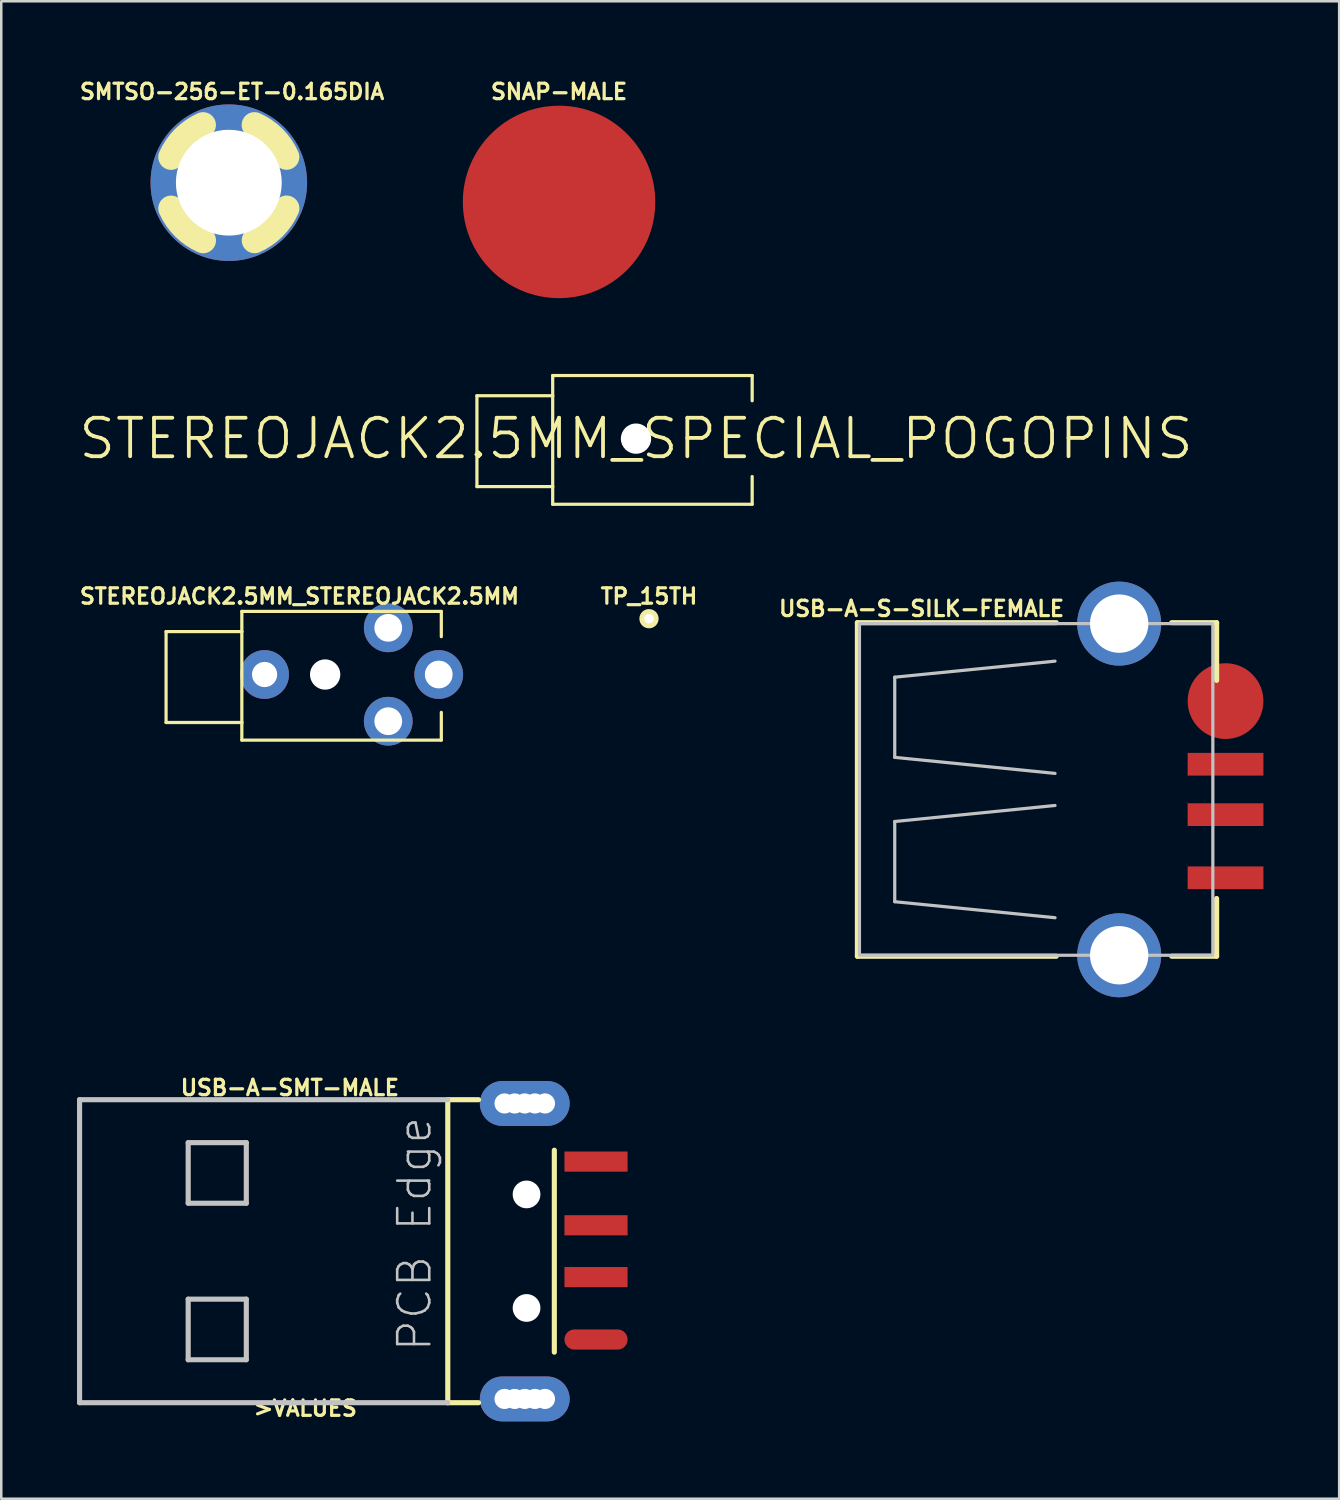
<source format=kicad_pcb>
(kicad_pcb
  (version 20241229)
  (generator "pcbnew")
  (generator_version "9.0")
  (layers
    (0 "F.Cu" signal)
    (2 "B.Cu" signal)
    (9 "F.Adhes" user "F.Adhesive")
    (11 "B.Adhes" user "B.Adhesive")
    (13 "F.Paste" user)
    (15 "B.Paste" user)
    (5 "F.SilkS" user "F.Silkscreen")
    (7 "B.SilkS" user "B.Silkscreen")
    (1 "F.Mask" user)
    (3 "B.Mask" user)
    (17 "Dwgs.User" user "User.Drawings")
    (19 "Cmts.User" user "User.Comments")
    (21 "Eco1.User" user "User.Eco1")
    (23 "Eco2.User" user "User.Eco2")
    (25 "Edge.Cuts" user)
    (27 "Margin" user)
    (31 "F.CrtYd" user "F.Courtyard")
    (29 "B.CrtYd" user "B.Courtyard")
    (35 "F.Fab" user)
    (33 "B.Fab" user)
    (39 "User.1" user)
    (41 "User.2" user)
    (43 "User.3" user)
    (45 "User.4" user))
  (footprint "SNAP-MALE"
    (layer "F.Cu")
    (at 19.087 4.946)
    (property "Reference" "SNAP-MALE" (at 0 -4.366 0) (layer "F.SilkS") (effects (font (size 0.61 0.61) (thickness 0.127))))
    (attr smd)
    (pad "2" smd circle (at 0 0) (size 7.62 7.62) (layers "F.Cu" "F.Mask" "F.Paste")))
  (footprint "USB-A-S-SILK-FEMALE"
    (layer "F.Cu")
    (at 38.267 28.21)
    (property "Reference" "USB-A-S-SILK-FEMALE" (at -4.826 -7.16 0) (layer "F.SilkS") (effects (font (size 0.61 0.61) (thickness 0.127))))
    (attr smd)
    (fp_line (start -7.366 -6.604) (end -7.366 6.604) (stroke (width 0.203) (type solid)) (layer "F.SilkS"))
    (fp_line (start -7.366 -6.604) (end 0.508 -6.604) (stroke (width 0.203) (type solid)) (layer "F.SilkS"))
    (fp_line (start -7.366 6.604) (end 0.508 6.604) (stroke (width 0.203) (type solid)) (layer "F.SilkS"))
    (fp_line (start 5.08 6.604) (end 6.858 6.604) (stroke (width 0.203) (type solid)) (layer "F.SilkS"))
    (fp_line (start 6.858 -6.604) (end 5.08 -6.604) (stroke (width 0.203) (type solid)) (layer "F.SilkS"))
    (fp_line (start 6.858 -4.318) (end 6.858 -6.604) (stroke (width 0.203) (type solid)) (layer "F.SilkS"))
    (fp_line (start 6.858 6.604) (end 6.858 4.318) (stroke (width 0.203) (type solid)) (layer "F.SilkS"))
    (fp_line (start -7.285 -6.477) (end -7.285 6.477) (stroke (width 0.127) (type solid)) (layer "Dwgs.User"))
    (fp_line (start -5.888 -4.445) (end -5.888 -1.27) (stroke (width 0.127) (type solid)) (layer "Dwgs.User"))
    (fp_line (start -5.888 -1.27) (end 0.46 -0.635) (stroke (width 0.127) (type solid)) (layer "Dwgs.User"))
    (fp_line (start -5.888 1.27) (end 0.46 0.635) (stroke (width 0.127) (type solid)) (layer "Dwgs.User"))
    (fp_line (start -5.888 4.445) (end -5.888 1.27) (stroke (width 0.127) (type solid)) (layer "Dwgs.User"))
    (fp_line (start 0.46 -5.08) (end -5.888 -4.445) (stroke (width 0.127) (type solid)) (layer "Dwgs.User"))
    (fp_line (start 0.46 5.08) (end -5.888 4.445) (stroke (width 0.127) (type solid)) (layer "Dwgs.User"))
    (fp_line (start 6.695 -6.566) (end -7.285 -6.566) (stroke (width 0.127) (type solid)) (layer "Dwgs.User"))
    (fp_line (start 6.695 6.566) (end -7.285 6.566) (stroke (width 0.127) (type solid)) (layer "Dwgs.User"))
    (fp_line (start 6.708 -6.502) (end 6.708 6.502) (stroke (width 0.127) (type solid)) (layer "Dwgs.User"))
    (pad "D+" smd rect (at 7.211 0.998) (size 3 0.899) (layers "F.Cu" "F.Mask" "F.Paste"))
    (pad "D-" smd rect (at 7.211 -0.998) (size 3 0.899) (layers "F.Cu" "F.Mask" "F.Paste"))
    (pad "GND" smd rect (at 7.211 3.498) (size 3 0.899) (layers "F.Cu" "F.Mask" "F.Paste"))
    (pad "SHLD" thru_hole circle (at 3 -6.566) (size 3.327 3.327) (drill 2.311) (layers "*.Cu" "*.Paste" "*.Mask"))
    (pad "SHLD" thru_hole circle (at 3 6.566) (size 3.327 3.327) (drill 2.311) (layers "*.Cu" "*.Paste" "*.Mask"))
    (pad "VBUS" smd circle (at 7.211 -3.498) (size 3 3) (layers "F.Cu" "F.Mask" "F.Paste")))
  (footprint "TP_15TH"
    (layer "F.Cu")
    (at 22.649 21.449)
    (property "Reference" "TP_15TH" (at 0 -0.889 0) (layer "F.SilkS") (effects (font (size 0.61 0.61) (thickness 0.127))))
    (attr exclude_from_pos_files exclude_from_bom)
    (fp_circle (center 0 0) (end 0 -0.381) (stroke (width 0) (type solid)) (fill yes) (layer "F.SilkS"))
    (pad "P$1" thru_hole circle (at 0 0) (size 0.61 0.61) (drill 0.381) (layers "*.Cu" "*.Paste" "*.Mask")))
  (footprint "STEREOJACK2.5MM_SPECIAL_POGOPINS"
    (layer "F.Cu")
    (at 22.134 14.319)
    (property "Reference" "STEREOJACK2.5MM_SPECIAL_POGOPINS" (at 0 0 0) (layer "F.SilkS") (effects (font (size 1.524 1.524) (thickness 0.15))))
    (attr exclude_from_pos_files exclude_from_bom)
    (fp_line (start -6.299 -1.699) (end -6.299 1.9) (stroke (width 0.127) (type solid)) (layer "F.SilkS"))
    (fp_line (start -6.299 1.9) (end -3.299 1.9) (stroke (width 0.127) (type solid)) (layer "F.SilkS"))
    (fp_line (start -3.299 -2.499) (end -3.299 -1.699) (stroke (width 0.127) (type solid)) (layer "F.SilkS"))
    (fp_line (start -3.299 -1.699) (end -6.299 -1.699) (stroke (width 0.127) (type solid)) (layer "F.SilkS"))
    (fp_line (start -3.299 -1.699) (end -3.299 1.9) (stroke (width 0.127) (type solid)) (layer "F.SilkS"))
    (fp_line (start -3.299 1.9) (end -3.299 2.598) (stroke (width 0.127) (type solid)) (layer "F.SilkS"))
    (fp_line (start -3.299 2.598) (end 4.6 2.598) (stroke (width 0.127) (type solid)) (layer "F.SilkS"))
    (fp_line (start 4.6 -2.499) (end -3.299 -2.499) (stroke (width 0.127) (type solid)) (layer "F.SilkS"))
    (fp_line (start 4.6 -1.499) (end 4.6 -2.499) (stroke (width 0.127) (type solid)) (layer "F.SilkS"))
    (fp_line (start 4.6 2.598) (end 4.6 1.499) (stroke (width 0.127) (type solid)) (layer "F.SilkS"))
    (pad "" np_thru_hole circle (at 0 0) (size 1.199 1.199) (drill 1.199) (layers "*.Cu" "*.Mask"))
    (pad "RING" thru_hole rect (at 2.499 -1.849) (size 0.001 0.001) (drill 1.118) (layers "*.Cu" "*.Paste" "*.Mask"))
    (pad "RING" thru_hole rect (at 2.499 1.849) (size 0.001 0.001) (drill 1.118) (layers "*.Cu" "*.Paste" "*.Mask"))
    (pad "SHIE" thru_hole rect (at -2.398 0) (size 0.001 0.001) (drill 1.118) (layers "*.Cu" "*.Paste" "*.Mask"))
    (pad "TIP" thru_hole rect (at 4.498 0) (size 0.001 0.001) (drill 1.118) (layers "*.Cu" "*.Paste" "*.Mask")))
  (footprint "USB-A-SMT-MALE"
    (layer "F.Cu")
    (at 9.601 46.494)
    (property "Reference" "USB-A-SMT-MALE" (at -1.173 -6.474 0) (layer "F.SilkS") (effects (font (size 0.61 0.61) (thickness 0.127))))
    (attr smd)
    (fp_line (start 5.08 -5.999) (end 5.08 5.999) (stroke (width 0.203) (type solid)) (layer "F.SilkS"))
    (fp_line (start 5.08 -5.999) (end 6.299 -5.999) (stroke (width 0.203) (type solid)) (layer "F.SilkS"))
    (fp_line (start 5.08 5.999) (end 6.299 5.999) (stroke (width 0.203) (type solid)) (layer "F.SilkS"))
    (fp_line (start 9.299 3.998) (end 9.299 -3.998) (stroke (width 0.203) (type solid)) (layer "F.SilkS"))
    (fp_line (start -9.5 -5.999) (end -9.5 5.999) (stroke (width 0.203) (type solid)) (layer "Dwgs.User"))
    (fp_line (start -5.199 -4.298) (end -5.199 -1.9) (stroke (width 0.203) (type solid)) (layer "Dwgs.User"))
    (fp_line (start -5.199 -1.9) (end -2.898 -1.9) (stroke (width 0.203) (type solid)) (layer "Dwgs.User"))
    (fp_line (start -5.199 1.9) (end -5.199 4.298) (stroke (width 0.203) (type solid)) (layer "Dwgs.User"))
    (fp_line (start -5.199 4.298) (end -2.898 4.298) (stroke (width 0.203) (type solid)) (layer "Dwgs.User"))
    (fp_line (start -2.898 -4.298) (end -5.199 -4.298) (stroke (width 0.203) (type solid)) (layer "Dwgs.User"))
    (fp_line (start -2.898 -1.9) (end -2.898 -4.298) (stroke (width 0.203) (type solid)) (layer "Dwgs.User"))
    (fp_line (start -2.898 1.9) (end -5.199 1.9) (stroke (width 0.203) (type solid)) (layer "Dwgs.User"))
    (fp_line (start -2.898 4.298) (end -2.898 1.9) (stroke (width 0.203) (type solid)) (layer "Dwgs.User"))
    (fp_line (start 5.08 -5.999) (end -9.5 -5.999) (stroke (width 0.203) (type solid)) (layer "Dwgs.User"))
    (fp_line (start 5.08 5.999) (end -9.5 5.999) (stroke (width 0.203) (type solid)) (layer "Dwgs.User"))
    (fp_text user ">VALUES" (at -0.564 6.223 0) (layer "F.SilkS") (effects (font (size 0.61 0.61) (thickness 0.127))))
    (fp_text user "PCB Edge" (at 3.764 -0.678 90) (layer "Dwgs.User") (effects (font (size 1.27 1.27) (thickness 0.102))))
    (pad "" np_thru_hole circle (at 7.328 -5.85) (size 0.798 0.798) (drill 0.798) (layers "*.Cu" "*.Mask"))
    (pad "" np_thru_hole circle (at 7.328 5.85) (size 0.798 0.798) (drill 0.798) (layers "*.Cu" "*.Mask"))
    (pad "" np_thru_hole circle (at 7.729 -5.85) (size 0.798 0.798) (drill 0.798) (layers "*.Cu" "*.Mask"))
    (pad "" np_thru_hole circle (at 7.729 5.85) (size 0.798 0.798) (drill 0.798) (layers "*.Cu" "*.Mask"))
    (pad "" np_thru_hole circle (at 8.199 -2.248) (size 1.1 1.1) (drill 1.1) (layers "*.Cu" "*.Mask"))
    (pad "" np_thru_hole circle (at 8.199 2.248) (size 1.1 1.1) (drill 1.1) (layers "*.Cu" "*.Mask"))
    (pad "" np_thru_hole circle (at 8.529 -5.85) (size 0.798 0.798) (drill 0.798) (layers "*.Cu" "*.Mask"))
    (pad "" np_thru_hole circle (at 8.529 5.85) (size 0.798 0.798) (drill 0.798) (layers "*.Cu" "*.Mask"))
    (pad "" np_thru_hole circle (at 8.928 -5.85) (size 0.798 0.798) (drill 0.798) (layers "*.Cu" "*.Mask"))
    (pad "" np_thru_hole circle (at 8.928 5.85) (size 0.798 0.798) (drill 0.798) (layers "*.Cu" "*.Mask"))
    (pad "D+1" smd rect (at 10.95 -1.026) (size 2.499 0.798) (layers "F.Cu" "F.Mask" "F.Paste"))
    (pad "D-1" smd rect (at 10.95 1.026) (size 2.499 0.798) (layers "F.Cu" "F.Mask" "F.Paste"))
    (pad "GND1" smd rect (at 10.95 -3.548) (size 2.499 0.798) (layers "F.Cu" "F.Mask" "F.Paste"))
    (pad "SHLD" thru_hole oval (at 8.128 -5.85 270) (size 1.778 3.556) (drill 0.798) (layers "*.Cu" "*.Paste" "*.Mask"))
    (pad "SHLD" thru_hole oval (at 8.128 5.85 270) (size 1.778 3.556) (drill 0.798) (layers "*.Cu" "*.Paste" "*.Mask"))
    (pad "VBUS" smd oval (at 10.95 3.498) (size 2.499 0.798) (layers "F.Cu" "F.Mask" "F.Paste")))
  (footprint "STEREOJACK2.5MM_STEREOJACK2.5MM"
    (layer "F.Cu")
    (at 9.825 23.659)
    (property "Reference" "STEREOJACK2.5MM_STEREOJACK2.5MM" (at -1.016 -3.099 0) (layer "F.SilkS") (effects (font (size 0.61 0.61) (thickness 0.127))))
    (attr exclude_from_pos_files exclude_from_bom)
    (fp_line (start -6.299 -1.699) (end -6.299 1.9) (stroke (width 0.127) (type solid)) (layer "F.SilkS"))
    (fp_line (start -6.299 1.9) (end -3.299 1.9) (stroke (width 0.127) (type solid)) (layer "F.SilkS"))
    (fp_line (start -3.299 -2.499) (end -3.299 -1.699) (stroke (width 0.127) (type solid)) (layer "F.SilkS"))
    (fp_line (start -3.299 -1.699) (end -6.299 -1.699) (stroke (width 0.127) (type solid)) (layer "F.SilkS"))
    (fp_line (start -3.299 -1.699) (end -3.299 1.9) (stroke (width 0.127) (type solid)) (layer "F.SilkS"))
    (fp_line (start -3.299 1.9) (end -3.299 2.598) (stroke (width 0.127) (type solid)) (layer "F.SilkS"))
    (fp_line (start -3.299 2.598) (end 4.6 2.598) (stroke (width 0.127) (type solid)) (layer "F.SilkS"))
    (fp_line (start 4.6 -2.499) (end -3.299 -2.499) (stroke (width 0.127) (type solid)) (layer "F.SilkS"))
    (fp_line (start 4.6 -1.499) (end 4.6 -2.499) (stroke (width 0.127) (type solid)) (layer "F.SilkS"))
    (fp_line (start 4.6 2.598) (end 4.6 1.499) (stroke (width 0.127) (type solid)) (layer "F.SilkS"))
    (pad "" np_thru_hole circle (at 0 0) (size 1.199 1.199) (drill 1.199) (layers "*.Cu" "*.Mask"))
    (pad "RING" thru_hole circle (at 2.499 -1.849) (size 1.93 1.93) (drill 1.1) (layers "*.Cu" "*.Paste" "*.Mask"))
    (pad "RING" thru_hole circle (at 2.499 1.849) (size 1.93 1.93) (drill 1.1) (layers "*.Cu" "*.Paste" "*.Mask"))
    (pad "SHIE" thru_hole circle (at -2.398 0) (size 1.93 1.93) (drill 0.998) (layers "*.Cu" "*.Paste" "*.Mask"))
    (pad "TIP" thru_hole circle (at 4.498 0) (size 1.93 1.93) (drill 1.1) (layers "*.Cu" "*.Paste" "*.Mask")))
  (footprint "SMTSO-256-ET-0.165DIA"
    (layer "F.Cu")
    (at 6.011 4.184)
    (property "Reference" "SMTSO-256-ET-0.165DIA" (at 0.127 -3.604 0) (layer "F.SilkS") (effects (font (size 0.61 0.61) (thickness 0.127))))
    (attr exclude_from_pos_files exclude_from_bom)
    (fp_arc (start -2.286 -1.016) (mid -1.770063 -1.767747) (end -1.018992 -2.284668) (stroke (width 1.016) (type solid)) (layer "F.SilkS"))
    (fp_arc (start -1.016 2.286) (mid -1.767747 1.770063) (end -2.284668 1.018992) (stroke (width 1.016) (type solid)) (layer "F.SilkS"))
    (fp_arc (start 1.016 -2.286) (mid 1.767747 -1.770063) (end 2.284668 -1.018992) (stroke (width 1.016) (type solid)) (layer "F.SilkS"))
    (fp_arc (start 2.286 1.016) (mid 1.770063 1.767747) (end 1.018992 2.284668) (stroke (width 1.016) (type solid)) (layer "F.SilkS"))
    (fp_circle (center 0 0) (end 0 -1.016) (stroke (width 0.127) (type solid)) (fill no) (layer "Dwgs.User"))
    (pad "P$1" thru_hole circle (at 0 0) (size 6.198 6.198) (drill 4.191) (layers "*.Cu" "*.Paste" "*.Mask")))
  (gr_rect
    (start -3 -3)
    (end 49.978 56.296)
    (stroke (width 0.1) (type default))
    (fill no)
    (layer "Edge.Cuts")))
</source>
